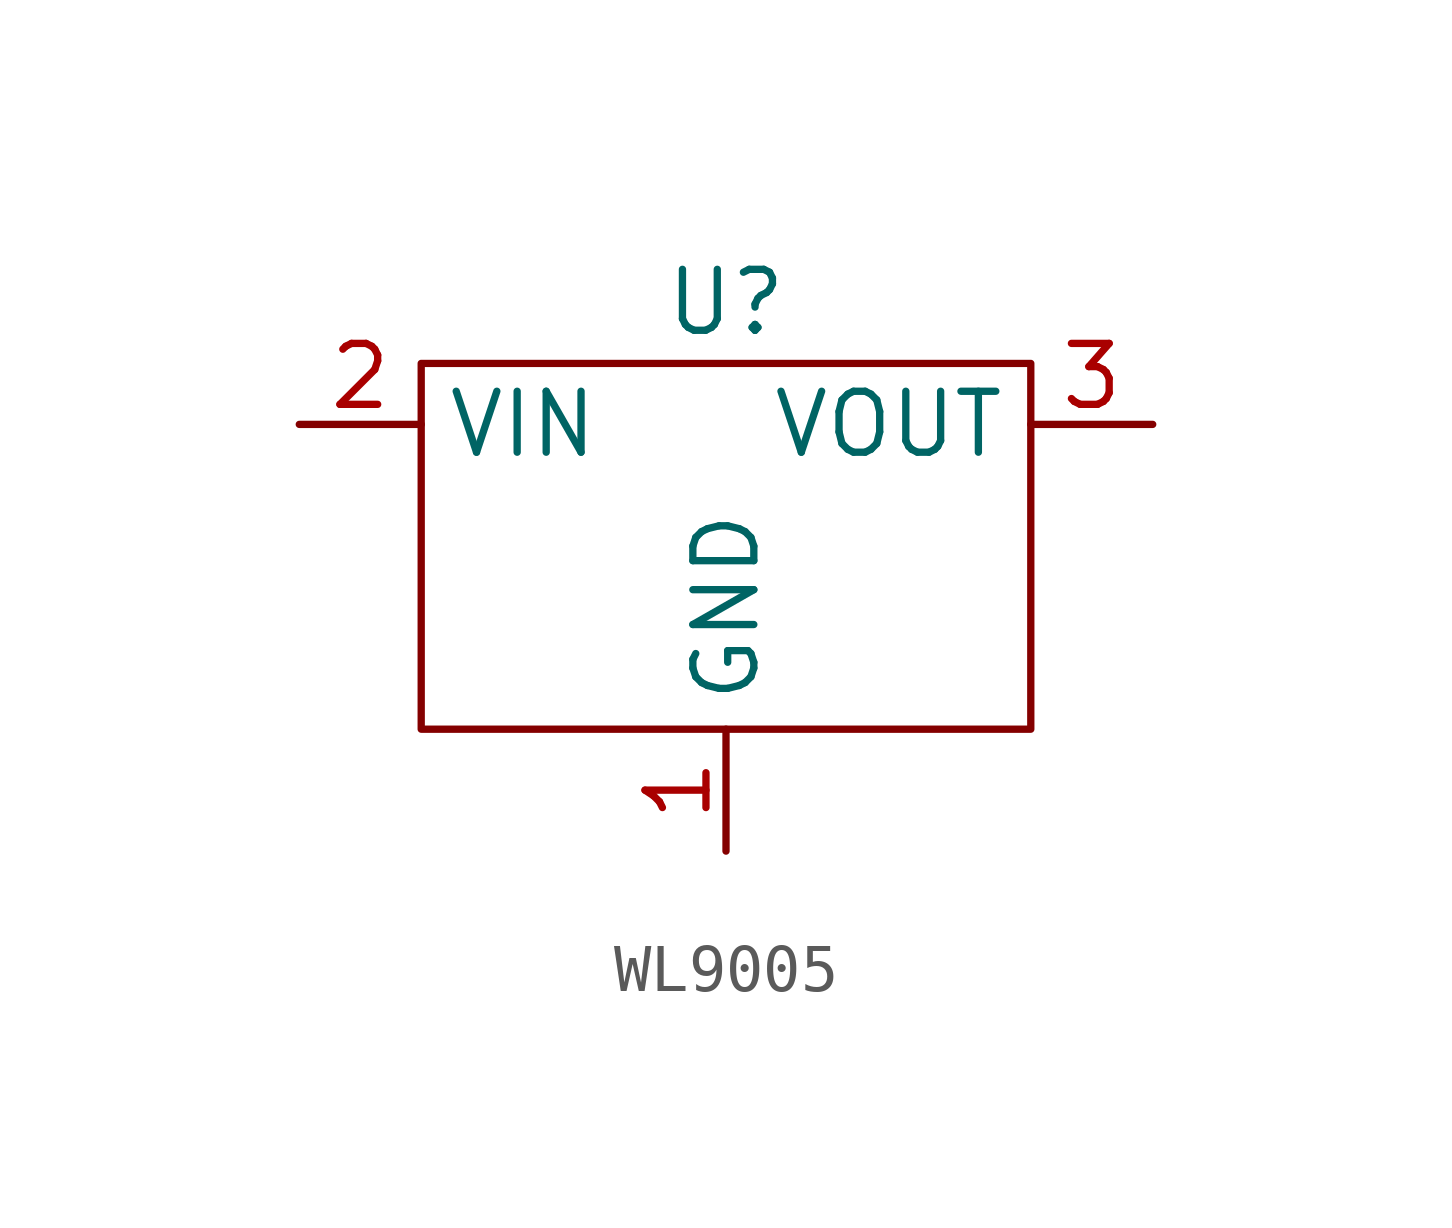
<source format=kicad_sym>
(kicad_symbol_lib
  (version 20220914)
  (generator kicad_symbol_editor)
  (symbol "WL9005"
    (property "Reference" "U"
      (at 0 5.08 0)
      (effects (font (size 1.27 1.27))))
    (property "Value" ""
      (at 0 0 0)
      (effects (font (size 1.27 1.27))))
    (symbol "WL9005_0_1"
      (rectangle (start -6.35 3.81) (end 6.35 -3.81) (stroke (width 0) (type default)) (fill (type none))))
    (symbol "WL9005_1_1"
      (pin power_in line (at 0 -6.35 90) (length 2.54) (name "GND" (effects (font (size 1.27 1.27)))) (number "1" (effects (font (size 1.27 1.27)))))
      (pin power_in line (at -8.89 2.54 0) (length 2.54) (name "VIN" (effects (font (size 1.27 1.27)))) (number "2" (effects (font (size 1.27 1.27)))))
      (pin power_out line (at 8.89 2.54 180) (length 2.54) (name "VOUT" (effects (font (size 1.27 1.27)))) (number "3" (effects (font (size 1.27 1.27))))))))
</source>
